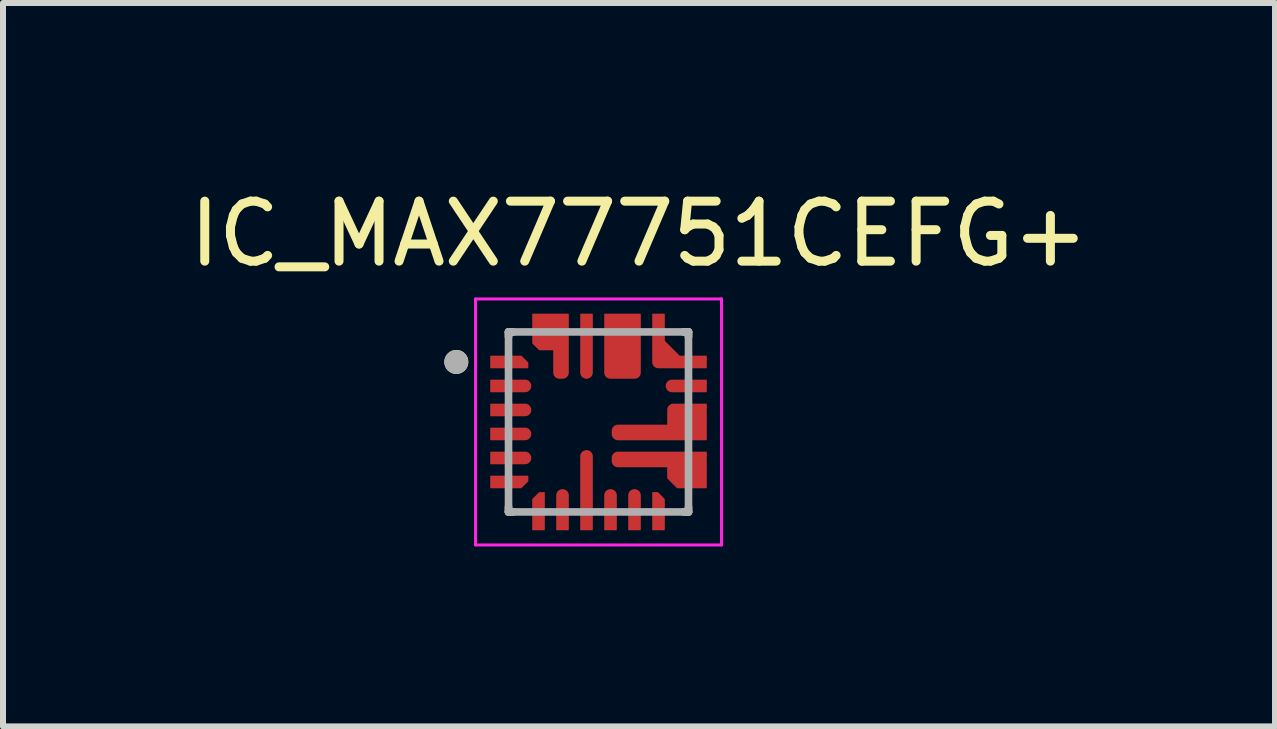
<source format=kicad_pcb>
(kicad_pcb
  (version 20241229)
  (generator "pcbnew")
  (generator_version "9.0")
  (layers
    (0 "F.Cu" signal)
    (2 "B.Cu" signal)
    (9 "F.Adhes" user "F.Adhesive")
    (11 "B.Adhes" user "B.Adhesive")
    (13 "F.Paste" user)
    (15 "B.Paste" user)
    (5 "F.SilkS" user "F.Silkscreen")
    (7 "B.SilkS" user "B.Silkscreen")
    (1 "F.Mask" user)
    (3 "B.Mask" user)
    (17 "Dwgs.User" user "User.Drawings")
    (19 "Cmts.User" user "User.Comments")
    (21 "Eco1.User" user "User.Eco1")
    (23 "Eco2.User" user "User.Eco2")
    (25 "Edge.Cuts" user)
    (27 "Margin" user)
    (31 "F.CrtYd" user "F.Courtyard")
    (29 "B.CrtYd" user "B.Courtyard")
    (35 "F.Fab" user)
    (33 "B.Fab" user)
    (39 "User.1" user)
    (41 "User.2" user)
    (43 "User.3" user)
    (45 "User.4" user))
  (footprint "IC_MAX77751CEFG+"
    (layer "F.Cu")
    (at 6.926 3.983)
    (property "Reference" "IC_MAX77751CEFG+" (at 0.675 -3.135 0) (layer "F.SilkS") (effects (font (size 1 1) (thickness 0.15))))
    (attr through_hole)
    (fp_poly (pts (xy -1.85 -0.85) (xy -1.125 -0.85) (xy -1.125 -1.013) (xy -1.262 -1.15) (xy -1.85 -1.15)) (stroke (width 0.01) (type solid)) (fill yes) (layer "F.Mask"))
    (fp_poly (pts (xy -1.85 0.85) (xy -1.125 0.85) (xy -1.125 1.013) (xy -1.262 1.15) (xy -1.85 1.15)) (stroke (width 0.01) (type solid)) (fill yes) (layer "F.Mask"))
    (fp_poly (pts (xy -0.85 1.85) (xy -0.85 1.125) (xy -1.013 1.125) (xy -1.15 1.262) (xy -1.15 1.85)) (stroke (width 0.01) (type solid)) (fill yes) (layer "F.Mask"))
    (fp_poly (pts (xy 0.85 1.85) (xy 0.85 1.125) (xy 1.013 1.125) (xy 1.15 1.262) (xy 1.15 1.85)) (stroke (width 0.01) (type solid)) (fill yes) (layer "F.Mask"))
    (fp_poly (pts (xy 1.85 -0.85) (xy 1 -0.85) (xy 0.992 -0.85) (xy 0.984 -0.851) (xy 0.977 -0.852) (xy 0.969 -0.853) (xy 0.961 -0.855) (xy 0.954 -0.857) (xy 0.946 -0.86) (xy 0.939 -0.863) (xy 0.932 -0.866) (xy 0.925 -0.87) (xy 0.918 -0.874) (xy 0.912 -0.879) (xy 0.906 -0.883) (xy 0.9 -0.889) (xy 0.894 -0.894) (xy 0.889 -0.9) (xy 0.883 -0.906) (xy 0.879 -0.912) (xy 0.874 -0.918) (xy 0.87 -0.925) (xy 0.866 -0.932) (xy 0.863 -0.939) (xy 0.86 -0.946) (xy 0.857 -0.954) (xy 0.855 -0.961) (xy 0.853 -0.969) (xy 0.852 -0.977) (xy 0.851 -0.984) (xy 0.85 -0.992) (xy 0.85 -1) (xy 0.85 -1.85) (xy 1.15 -1.85) (xy 1.15 -1.375) (xy 1.375 -1.15) (xy 1.85 -1.15) (xy 1.85 -0.85)) (stroke (width 0.01) (type solid)) (fill yes) (layer "F.Mask"))
    (fp_poly (pts (xy -1.85 -0.75) (xy -1.225 -0.75) (xy -1.217 -0.75) (xy -1.209 -0.749) (xy -1.202 -0.748) (xy -1.194 -0.747) (xy -1.186 -0.745) (xy -1.179 -0.743) (xy -1.171 -0.74) (xy -1.164 -0.737) (xy -1.157 -0.734) (xy -1.15 -0.73) (xy -1.143 -0.726) (xy -1.137 -0.721) (xy -1.131 -0.717) (xy -1.125 -0.711) (xy -1.119 -0.706) (xy -1.114 -0.7) (xy -1.108 -0.694) (xy -1.104 -0.688) (xy -1.099 -0.682) (xy -1.095 -0.675) (xy -1.091 -0.668) (xy -1.088 -0.661) (xy -1.085 -0.654) (xy -1.082 -0.646) (xy -1.08 -0.639) (xy -1.078 -0.631) (xy -1.077 -0.623) (xy -1.076 -0.616) (xy -1.075 -0.608) (xy -1.075 -0.6) (xy -1.075 -0.592) (xy -1.076 -0.584) (xy -1.077 -0.577) (xy -1.078 -0.569) (xy -1.08 -0.561) (xy -1.082 -0.554) (xy -1.085 -0.546) (xy -1.088 -0.539) (xy -1.091 -0.532) (xy -1.095 -0.525) (xy -1.099 -0.518) (xy -1.104 -0.512) (xy -1.108 -0.506) (xy -1.114 -0.5) (xy -1.119 -0.494) (xy -1.125 -0.489) (xy -1.131 -0.483) (xy -1.137 -0.479) (xy -1.143 -0.474) (xy -1.15 -0.47) (xy -1.157 -0.466) (xy -1.164 -0.463) (xy -1.171 -0.46) (xy -1.179 -0.457) (xy -1.186 -0.455) (xy -1.194 -0.453) (xy -1.202 -0.452) (xy -1.209 -0.451) (xy -1.217 -0.45) (xy -1.225 -0.45) (xy -1.85 -0.45) (xy -1.85 -0.75)) (stroke (width 0.01) (type solid)) (fill yes) (layer "F.Mask"))
    (fp_poly (pts (xy -1.85 -0.35) (xy -1.225 -0.35) (xy -1.217 -0.35) (xy -1.209 -0.349) (xy -1.202 -0.348) (xy -1.194 -0.347) (xy -1.186 -0.345) (xy -1.179 -0.343) (xy -1.171 -0.34) (xy -1.164 -0.337) (xy -1.157 -0.334) (xy -1.15 -0.33) (xy -1.143 -0.326) (xy -1.137 -0.321) (xy -1.131 -0.317) (xy -1.125 -0.311) (xy -1.119 -0.306) (xy -1.114 -0.3) (xy -1.108 -0.294) (xy -1.104 -0.288) (xy -1.099 -0.282) (xy -1.095 -0.275) (xy -1.091 -0.268) (xy -1.088 -0.261) (xy -1.085 -0.254) (xy -1.082 -0.246) (xy -1.08 -0.239) (xy -1.078 -0.231) (xy -1.077 -0.223) (xy -1.076 -0.216) (xy -1.075 -0.208) (xy -1.075 -0.2) (xy -1.075 -0.192) (xy -1.076 -0.184) (xy -1.077 -0.177) (xy -1.078 -0.169) (xy -1.08 -0.161) (xy -1.082 -0.154) (xy -1.085 -0.146) (xy -1.088 -0.139) (xy -1.091 -0.132) (xy -1.095 -0.125) (xy -1.099 -0.118) (xy -1.104 -0.112) (xy -1.108 -0.106) (xy -1.114 -0.1) (xy -1.119 -0.094) (xy -1.125 -0.089) (xy -1.131 -0.083) (xy -1.137 -0.079) (xy -1.143 -0.074) (xy -1.15 -0.07) (xy -1.157 -0.066) (xy -1.164 -0.063) (xy -1.171 -0.06) (xy -1.179 -0.057) (xy -1.186 -0.055) (xy -1.194 -0.053) (xy -1.202 -0.052) (xy -1.209 -0.051) (xy -1.217 -0.05) (xy -1.225 -0.05) (xy -1.85 -0.05) (xy -1.85 -0.35)) (stroke (width 0.01) (type solid)) (fill yes) (layer "F.Mask"))
    (fp_poly (pts (xy -1.85 0.05) (xy -1.225 0.05) (xy -1.217 0.05) (xy -1.209 0.051) (xy -1.202 0.052) (xy -1.194 0.053) (xy -1.186 0.055) (xy -1.179 0.057) (xy -1.171 0.06) (xy -1.164 0.063) (xy -1.157 0.066) (xy -1.15 0.07) (xy -1.143 0.074) (xy -1.137 0.079) (xy -1.131 0.083) (xy -1.125 0.089) (xy -1.119 0.094) (xy -1.114 0.1) (xy -1.108 0.106) (xy -1.104 0.112) (xy -1.099 0.118) (xy -1.095 0.125) (xy -1.091 0.132) (xy -1.088 0.139) (xy -1.085 0.146) (xy -1.082 0.154) (xy -1.08 0.161) (xy -1.078 0.169) (xy -1.077 0.177) (xy -1.076 0.184) (xy -1.075 0.192) (xy -1.075 0.2) (xy -1.075 0.208) (xy -1.076 0.216) (xy -1.077 0.223) (xy -1.078 0.231) (xy -1.08 0.239) (xy -1.082 0.246) (xy -1.085 0.254) (xy -1.088 0.261) (xy -1.091 0.268) (xy -1.095 0.275) (xy -1.099 0.282) (xy -1.104 0.288) (xy -1.108 0.294) (xy -1.114 0.3) (xy -1.119 0.306) (xy -1.125 0.311) (xy -1.131 0.317) (xy -1.137 0.321) (xy -1.143 0.326) (xy -1.15 0.33) (xy -1.157 0.334) (xy -1.164 0.337) (xy -1.171 0.34) (xy -1.179 0.343) (xy -1.186 0.345) (xy -1.194 0.347) (xy -1.202 0.348) (xy -1.209 0.349) (xy -1.217 0.35) (xy -1.225 0.35) (xy -1.85 0.35) (xy -1.85 0.05)) (stroke (width 0.01) (type solid)) (fill yes) (layer "F.Mask"))
    (fp_poly (pts (xy -1.85 0.45) (xy -1.225 0.45) (xy -1.217 0.45) (xy -1.209 0.451) (xy -1.202 0.452) (xy -1.194 0.453) (xy -1.186 0.455) (xy -1.179 0.457) (xy -1.171 0.46) (xy -1.164 0.463) (xy -1.157 0.466) (xy -1.15 0.47) (xy -1.143 0.474) (xy -1.137 0.479) (xy -1.131 0.483) (xy -1.125 0.489) (xy -1.119 0.494) (xy -1.114 0.5) (xy -1.108 0.506) (xy -1.104 0.512) (xy -1.099 0.518) (xy -1.095 0.525) (xy -1.091 0.532) (xy -1.088 0.539) (xy -1.085 0.546) (xy -1.082 0.554) (xy -1.08 0.561) (xy -1.078 0.569) (xy -1.077 0.577) (xy -1.076 0.584) (xy -1.075 0.592) (xy -1.075 0.6) (xy -1.075 0.608) (xy -1.076 0.616) (xy -1.077 0.623) (xy -1.078 0.631) (xy -1.08 0.639) (xy -1.082 0.646) (xy -1.085 0.654) (xy -1.088 0.661) (xy -1.091 0.668) (xy -1.095 0.675) (xy -1.099 0.682) (xy -1.104 0.688) (xy -1.108 0.694) (xy -1.114 0.7) (xy -1.119 0.706) (xy -1.125 0.711) (xy -1.131 0.717) (xy -1.137 0.721) (xy -1.143 0.726) (xy -1.15 0.73) (xy -1.157 0.734) (xy -1.164 0.737) (xy -1.171 0.74) (xy -1.179 0.743) (xy -1.186 0.745) (xy -1.194 0.747) (xy -1.202 0.748) (xy -1.209 0.749) (xy -1.217 0.75) (xy -1.225 0.75) (xy -1.85 0.75) (xy -1.85 0.45)) (stroke (width 0.01) (type solid)) (fill yes) (layer "F.Mask"))
    (fp_poly (pts (xy -0.75 1.85) (xy -0.75 1.225) (xy -0.75 1.217) (xy -0.749 1.209) (xy -0.748 1.202) (xy -0.747 1.194) (xy -0.745 1.186) (xy -0.743 1.179) (xy -0.74 1.171) (xy -0.737 1.164) (xy -0.734 1.157) (xy -0.73 1.15) (xy -0.726 1.143) (xy -0.721 1.137) (xy -0.717 1.131) (xy -0.711 1.125) (xy -0.706 1.119) (xy -0.7 1.114) (xy -0.694 1.108) (xy -0.688 1.104) (xy -0.682 1.099) (xy -0.675 1.095) (xy -0.668 1.091) (xy -0.661 1.088) (xy -0.654 1.085) (xy -0.646 1.082) (xy -0.639 1.08) (xy -0.631 1.078) (xy -0.623 1.077) (xy -0.616 1.076) (xy -0.608 1.075) (xy -0.6 1.075) (xy -0.592 1.075) (xy -0.584 1.076) (xy -0.577 1.077) (xy -0.569 1.078) (xy -0.561 1.08) (xy -0.554 1.082) (xy -0.546 1.085) (xy -0.539 1.088) (xy -0.532 1.091) (xy -0.525 1.095) (xy -0.518 1.099) (xy -0.512 1.104) (xy -0.506 1.108) (xy -0.5 1.114) (xy -0.494 1.119) (xy -0.489 1.125) (xy -0.483 1.131) (xy -0.479 1.137) (xy -0.474 1.143) (xy -0.47 1.15) (xy -0.466 1.157) (xy -0.463 1.164) (xy -0.46 1.171) (xy -0.457 1.179) (xy -0.455 1.186) (xy -0.453 1.194) (xy -0.452 1.202) (xy -0.451 1.209) (xy -0.45 1.217) (xy -0.45 1.225) (xy -0.45 1.85) (xy -0.75 1.85)) (stroke (width 0.01) (type solid)) (fill yes) (layer "F.Mask"))
    (fp_poly (pts (xy -0.35 1.85) (xy -0.35 0.575) (xy -0.35 0.567) (xy -0.349 0.559) (xy -0.348 0.552) (xy -0.347 0.544) (xy -0.345 0.536) (xy -0.343 0.529) (xy -0.34 0.521) (xy -0.337 0.514) (xy -0.334 0.507) (xy -0.33 0.5) (xy -0.326 0.493) (xy -0.321 0.487) (xy -0.317 0.481) (xy -0.311 0.475) (xy -0.306 0.469) (xy -0.3 0.464) (xy -0.294 0.458) (xy -0.288 0.454) (xy -0.282 0.449) (xy -0.275 0.445) (xy -0.268 0.441) (xy -0.261 0.438) (xy -0.254 0.435) (xy -0.246 0.432) (xy -0.239 0.43) (xy -0.231 0.428) (xy -0.223 0.427) (xy -0.216 0.426) (xy -0.208 0.425) (xy -0.2 0.425) (xy -0.192 0.425) (xy -0.184 0.426) (xy -0.177 0.427) (xy -0.169 0.428) (xy -0.161 0.43) (xy -0.154 0.432) (xy -0.146 0.435) (xy -0.139 0.438) (xy -0.132 0.441) (xy -0.125 0.445) (xy -0.118 0.449) (xy -0.112 0.454) (xy -0.106 0.458) (xy -0.1 0.464) (xy -0.094 0.469) (xy -0.089 0.475) (xy -0.083 0.481) (xy -0.079 0.487) (xy -0.074 0.493) (xy -0.07 0.5) (xy -0.066 0.507) (xy -0.063 0.514) (xy -0.06 0.521) (xy -0.057 0.529) (xy -0.055 0.536) (xy -0.053 0.544) (xy -0.052 0.552) (xy -0.051 0.559) (xy -0.05 0.567) (xy -0.05 0.575) (xy -0.05 1.85) (xy -0.35 1.85)) (stroke (width 0.01) (type solid)) (fill yes) (layer "F.Mask"))
    (fp_poly (pts (xy -0.05 -1.85) (xy -0.05 -0.825) (xy -0.05 -0.817) (xy -0.051 -0.809) (xy -0.052 -0.802) (xy -0.053 -0.794) (xy -0.055 -0.786) (xy -0.057 -0.779) (xy -0.06 -0.771) (xy -0.063 -0.764) (xy -0.066 -0.757) (xy -0.07 -0.75) (xy -0.074 -0.743) (xy -0.079 -0.737) (xy -0.083 -0.731) (xy -0.089 -0.725) (xy -0.094 -0.719) (xy -0.1 -0.714) (xy -0.106 -0.708) (xy -0.112 -0.704) (xy -0.118 -0.699) (xy -0.125 -0.695) (xy -0.132 -0.691) (xy -0.139 -0.688) (xy -0.146 -0.685) (xy -0.154 -0.682) (xy -0.161 -0.68) (xy -0.169 -0.678) (xy -0.177 -0.677) (xy -0.184 -0.676) (xy -0.192 -0.675) (xy -0.2 -0.675) (xy -0.208 -0.675) (xy -0.216 -0.676) (xy -0.223 -0.677) (xy -0.231 -0.678) (xy -0.239 -0.68) (xy -0.246 -0.682) (xy -0.254 -0.685) (xy -0.261 -0.688) (xy -0.268 -0.691) (xy -0.275 -0.695) (xy -0.282 -0.699) (xy -0.288 -0.704) (xy -0.294 -0.708) (xy -0.3 -0.714) (xy -0.306 -0.719) (xy -0.311 -0.725) (xy -0.317 -0.731) (xy -0.321 -0.737) (xy -0.326 -0.743) (xy -0.33 -0.75) (xy -0.334 -0.757) (xy -0.337 -0.764) (xy -0.34 -0.771) (xy -0.343 -0.779) (xy -0.345 -0.786) (xy -0.347 -0.794) (xy -0.348 -0.802) (xy -0.349 -0.809) (xy -0.35 -0.817) (xy -0.35 -0.825) (xy -0.35 -1.85) (xy -0.05 -1.85)) (stroke (width 0.01) (type solid)) (fill yes) (layer "F.Mask"))
    (fp_poly (pts (xy 0.05 1.85) (xy 0.05 1.225) (xy 0.05 1.217) (xy 0.051 1.209) (xy 0.052 1.202) (xy 0.053 1.194) (xy 0.055 1.186) (xy 0.057 1.179) (xy 0.06 1.171) (xy 0.063 1.164) (xy 0.066 1.157) (xy 0.07 1.15) (xy 0.074 1.143) (xy 0.079 1.137) (xy 0.083 1.131) (xy 0.089 1.125) (xy 0.094 1.119) (xy 0.1 1.114) (xy 0.106 1.108) (xy 0.112 1.104) (xy 0.118 1.099) (xy 0.125 1.095) (xy 0.132 1.091) (xy 0.139 1.088) (xy 0.146 1.085) (xy 0.154 1.082) (xy 0.161 1.08) (xy 0.169 1.078) (xy 0.177 1.077) (xy 0.184 1.076) (xy 0.192 1.075) (xy 0.2 1.075) (xy 0.208 1.075) (xy 0.216 1.076) (xy 0.223 1.077) (xy 0.231 1.078) (xy 0.239 1.08) (xy 0.246 1.082) (xy 0.254 1.085) (xy 0.261 1.088) (xy 0.268 1.091) (xy 0.275 1.095) (xy 0.282 1.099) (xy 0.288 1.104) (xy 0.294 1.108) (xy 0.3 1.114) (xy 0.306 1.119) (xy 0.311 1.125) (xy 0.317 1.131) (xy 0.321 1.137) (xy 0.326 1.143) (xy 0.33 1.15) (xy 0.334 1.157) (xy 0.337 1.164) (xy 0.34 1.171) (xy 0.343 1.179) (xy 0.345 1.186) (xy 0.347 1.194) (xy 0.348 1.202) (xy 0.349 1.209) (xy 0.35 1.217) (xy 0.35 1.225) (xy 0.35 1.85) (xy 0.05 1.85)) (stroke (width 0.01) (type solid)) (fill yes) (layer "F.Mask"))
    (fp_poly (pts (xy 0.45 1.85) (xy 0.45 1.225) (xy 0.45 1.217) (xy 0.451 1.209) (xy 0.452 1.202) (xy 0.453 1.194) (xy 0.455 1.186) (xy 0.457 1.179) (xy 0.46 1.171) (xy 0.463 1.164) (xy 0.466 1.157) (xy 0.47 1.15) (xy 0.474 1.143) (xy 0.479 1.137) (xy 0.483 1.131) (xy 0.489 1.125) (xy 0.494 1.119) (xy 0.5 1.114) (xy 0.506 1.108) (xy 0.512 1.104) (xy 0.518 1.099) (xy 0.525 1.095) (xy 0.532 1.091) (xy 0.539 1.088) (xy 0.546 1.085) (xy 0.554 1.082) (xy 0.561 1.08) (xy 0.569 1.078) (xy 0.577 1.077) (xy 0.584 1.076) (xy 0.592 1.075) (xy 0.6 1.075) (xy 0.608 1.075) (xy 0.616 1.076) (xy 0.623 1.077) (xy 0.631 1.078) (xy 0.639 1.08) (xy 0.646 1.082) (xy 0.654 1.085) (xy 0.661 1.088) (xy 0.668 1.091) (xy 0.675 1.095) (xy 0.682 1.099) (xy 0.688 1.104) (xy 0.694 1.108) (xy 0.7 1.114) (xy 0.706 1.119) (xy 0.711 1.125) (xy 0.717 1.131) (xy 0.721 1.137) (xy 0.726 1.143) (xy 0.73 1.15) (xy 0.734 1.157) (xy 0.737 1.164) (xy 0.74 1.171) (xy 0.743 1.179) (xy 0.745 1.186) (xy 0.747 1.194) (xy 0.748 1.202) (xy 0.749 1.209) (xy 0.75 1.217) (xy 0.75 1.225) (xy 0.75 1.85) (xy 0.45 1.85)) (stroke (width 0.01) (type solid)) (fill yes) (layer "F.Mask"))
    (fp_poly (pts (xy 1.85 -0.45) (xy 1.225 -0.45) (xy 1.217 -0.45) (xy 1.209 -0.451) (xy 1.202 -0.452) (xy 1.194 -0.453) (xy 1.186 -0.455) (xy 1.179 -0.457) (xy 1.171 -0.46) (xy 1.164 -0.463) (xy 1.157 -0.466) (xy 1.15 -0.47) (xy 1.143 -0.474) (xy 1.137 -0.479) (xy 1.131 -0.483) (xy 1.125 -0.489) (xy 1.119 -0.494) (xy 1.114 -0.5) (xy 1.108 -0.506) (xy 1.104 -0.512) (xy 1.099 -0.518) (xy 1.095 -0.525) (xy 1.091 -0.532) (xy 1.088 -0.539) (xy 1.085 -0.546) (xy 1.082 -0.554) (xy 1.08 -0.561) (xy 1.078 -0.569) (xy 1.077 -0.577) (xy 1.076 -0.584) (xy 1.075 -0.592) (xy 1.075 -0.6) (xy 1.075 -0.608) (xy 1.076 -0.616) (xy 1.077 -0.623) (xy 1.078 -0.631) (xy 1.08 -0.639) (xy 1.082 -0.646) (xy 1.085 -0.654) (xy 1.088 -0.661) (xy 1.091 -0.668) (xy 1.095 -0.675) (xy 1.099 -0.682) (xy 1.104 -0.688) (xy 1.108 -0.694) (xy 1.114 -0.7) (xy 1.119 -0.706) (xy 1.125 -0.711) (xy 1.131 -0.717) (xy 1.137 -0.721) (xy 1.143 -0.726) (xy 1.15 -0.73) (xy 1.157 -0.734) (xy 1.164 -0.737) (xy 1.171 -0.74) (xy 1.179 -0.743) (xy 1.186 -0.745) (xy 1.194 -0.747) (xy 1.202 -0.748) (xy 1.209 -0.749) (xy 1.217 -0.75) (xy 1.225 -0.75) (xy 1.85 -0.75) (xy 1.85 -0.45)) (stroke (width 0.01) (type solid)) (fill yes) (layer "F.Mask"))
    (fp_poly (pts (xy 0.75 -1.85) (xy 0.75 -0.825) (xy 0.75 -0.817) (xy 0.749 -0.809) (xy 0.748 -0.802) (xy 0.747 -0.794) (xy 0.745 -0.786) (xy 0.743 -0.779) (xy 0.74 -0.771) (xy 0.737 -0.764) (xy 0.734 -0.757) (xy 0.73 -0.75) (xy 0.726 -0.743) (xy 0.721 -0.737) (xy 0.717 -0.731) (xy 0.711 -0.725) (xy 0.706 -0.719) (xy 0.7 -0.714) (xy 0.694 -0.708) (xy 0.688 -0.704) (xy 0.682 -0.699) (xy 0.675 -0.695) (xy 0.668 -0.691) (xy 0.661 -0.688) (xy 0.654 -0.685) (xy 0.646 -0.682) (xy 0.639 -0.68) (xy 0.631 -0.678) (xy 0.623 -0.677) (xy 0.616 -0.676) (xy 0.608 -0.675) (xy 0.6 -0.675) (xy 0.2 -0.675) (xy 0.192 -0.675) (xy 0.184 -0.676) (xy 0.177 -0.677) (xy 0.169 -0.678) (xy 0.161 -0.68) (xy 0.154 -0.682) (xy 0.146 -0.685) (xy 0.139 -0.688) (xy 0.132 -0.691) (xy 0.125 -0.695) (xy 0.118 -0.699) (xy 0.112 -0.704) (xy 0.106 -0.708) (xy 0.1 -0.714) (xy 0.094 -0.719) (xy 0.089 -0.725) (xy 0.083 -0.731) (xy 0.079 -0.737) (xy 0.074 -0.743) (xy 0.07 -0.75) (xy 0.066 -0.757) (xy 0.063 -0.764) (xy 0.06 -0.771) (xy 0.057 -0.779) (xy 0.055 -0.786) (xy 0.053 -0.794) (xy 0.052 -0.802) (xy 0.051 -0.809) (xy 0.05 -0.817) (xy 0.05 -0.825) (xy 0.05 -1.85) (xy 0.75 -1.85)) (stroke (width 0.01) (type solid)) (fill yes) (layer "F.Mask"))
    (fp_poly (pts (xy -0.45 -1.85) (xy -0.45 -0.825) (xy -0.45 -0.817) (xy -0.451 -0.809) (xy -0.452 -0.802) (xy -0.453 -0.794) (xy -0.455 -0.786) (xy -0.457 -0.779) (xy -0.46 -0.771) (xy -0.463 -0.764) (xy -0.466 -0.757) (xy -0.47 -0.75) (xy -0.474 -0.743) (xy -0.479 -0.737) (xy -0.483 -0.731) (xy -0.489 -0.725) (xy -0.494 -0.719) (xy -0.5 -0.714) (xy -0.506 -0.708) (xy -0.512 -0.704) (xy -0.518 -0.699) (xy -0.525 -0.695) (xy -0.532 -0.691) (xy -0.539 -0.688) (xy -0.546 -0.685) (xy -0.554 -0.682) (xy -0.561 -0.68) (xy -0.569 -0.678) (xy -0.577 -0.677) (xy -0.584 -0.676) (xy -0.592 -0.675) (xy -0.6 -0.675) (xy -0.65 -0.675) (xy -0.658 -0.675) (xy -0.666 -0.676) (xy -0.673 -0.677) (xy -0.681 -0.678) (xy -0.689 -0.68) (xy -0.696 -0.682) (xy -0.704 -0.685) (xy -0.711 -0.688) (xy -0.718 -0.691) (xy -0.725 -0.695) (xy -0.732 -0.699) (xy -0.738 -0.704) (xy -0.744 -0.708) (xy -0.75 -0.714) (xy -0.756 -0.719) (xy -0.761 -0.725) (xy -0.767 -0.731) (xy -0.771 -0.737) (xy -0.776 -0.743) (xy -0.78 -0.75) (xy -0.784 -0.757) (xy -0.787 -0.764) (xy -0.79 -0.771) (xy -0.793 -0.779) (xy -0.795 -0.786) (xy -0.797 -0.794) (xy -0.798 -0.802) (xy -0.799 -0.809) (xy -0.8 -0.817) (xy -0.8 -0.825) (xy -0.8 -1.15) (xy -1.013 -1.15) (xy -1.15 -1.287) (xy -1.15 -1.85) (xy -0.45 -1.85)) (stroke (width 0.01) (type solid)) (fill yes) (layer "F.Mask"))
    (fp_poly (pts (xy 1.85 1.15) (xy 1.287 1.15) (xy 1.1 0.963) (xy 1.1 0.8) (xy 0.325 0.8) (xy 0.317 0.8) (xy 0.309 0.799) (xy 0.302 0.798) (xy 0.294 0.797) (xy 0.286 0.795) (xy 0.279 0.793) (xy 0.271 0.79) (xy 0.264 0.787) (xy 0.257 0.784) (xy 0.25 0.78) (xy 0.243 0.776) (xy 0.237 0.771) (xy 0.231 0.767) (xy 0.225 0.761) (xy 0.219 0.756) (xy 0.214 0.75) (xy 0.208 0.744) (xy 0.204 0.738) (xy 0.199 0.732) (xy 0.195 0.725) (xy 0.191 0.718) (xy 0.188 0.711) (xy 0.185 0.704) (xy 0.182 0.696) (xy 0.18 0.689) (xy 0.178 0.681) (xy 0.177 0.673) (xy 0.176 0.666) (xy 0.175 0.658) (xy 0.175 0.65) (xy 0.175 0.6) (xy 0.175 0.592) (xy 0.176 0.584) (xy 0.177 0.577) (xy 0.178 0.569) (xy 0.18 0.561) (xy 0.182 0.554) (xy 0.185 0.546) (xy 0.188 0.539) (xy 0.191 0.532) (xy 0.195 0.525) (xy 0.199 0.518) (xy 0.204 0.512) (xy 0.208 0.506) (xy 0.214 0.5) (xy 0.219 0.494) (xy 0.225 0.489) (xy 0.231 0.483) (xy 0.237 0.479) (xy 0.243 0.474) (xy 0.25 0.47) (xy 0.257 0.466) (xy 0.264 0.463) (xy 0.271 0.46) (xy 0.279 0.457) (xy 0.286 0.455) (xy 0.294 0.453) (xy 0.302 0.452) (xy 0.309 0.451) (xy 0.317 0.45) (xy 0.325 0.45) (xy 1.85 0.45) (xy 1.85 1.15)) (stroke (width 0.01) (type solid)) (fill yes) (layer "F.Mask"))
    (fp_poly (pts (xy 1.85 0.35) (xy 0.325 0.35) (xy 0.317 0.35) (xy 0.309 0.349) (xy 0.302 0.348) (xy 0.294 0.347) (xy 0.286 0.345) (xy 0.279 0.343) (xy 0.271 0.34) (xy 0.264 0.337) (xy 0.257 0.334) (xy 0.25 0.33) (xy 0.243 0.326) (xy 0.237 0.321) (xy 0.231 0.317) (xy 0.225 0.311) (xy 0.219 0.306) (xy 0.214 0.3) (xy 0.208 0.294) (xy 0.204 0.288) (xy 0.199 0.282) (xy 0.195 0.275) (xy 0.191 0.268) (xy 0.188 0.261) (xy 0.185 0.254) (xy 0.182 0.246) (xy 0.18 0.239) (xy 0.178 0.231) (xy 0.177 0.223) (xy 0.176 0.216) (xy 0.175 0.208) (xy 0.175 0.2) (xy 0.175 0.15) (xy 0.175 0.142) (xy 0.176 0.134) (xy 0.177 0.127) (xy 0.178 0.119) (xy 0.18 0.111) (xy 0.182 0.104) (xy 0.185 0.096) (xy 0.188 0.089) (xy 0.191 0.082) (xy 0.195 0.075) (xy 0.199 0.068) (xy 0.204 0.062) (xy 0.208 0.056) (xy 0.214 0.05) (xy 0.219 0.044) (xy 0.225 0.039) (xy 0.231 0.033) (xy 0.237 0.029) (xy 0.243 0.024) (xy 0.25 0.02) (xy 0.257 0.016) (xy 0.264 0.013) (xy 0.271 0.01) (xy 0.279 0.007) (xy 0.286 0.005) (xy 0.294 0.003) (xy 0.302 0.002) (xy 0.309 0.001) (xy 0.317 0) (xy 0.325 0) (xy 1.1 0) (xy 1.1 -0.2) (xy 1.1 -0.208) (xy 1.101 -0.216) (xy 1.102 -0.223) (xy 1.103 -0.231) (xy 1.105 -0.239) (xy 1.107 -0.246) (xy 1.11 -0.254) (xy 1.113 -0.261) (xy 1.116 -0.268) (xy 1.12 -0.275) (xy 1.124 -0.282) (xy 1.129 -0.288) (xy 1.133 -0.294) (xy 1.139 -0.3) (xy 1.144 -0.306) (xy 1.15 -0.311) (xy 1.156 -0.317) (xy 1.162 -0.321) (xy 1.168 -0.326) (xy 1.175 -0.33) (xy 1.182 -0.334) (xy 1.189 -0.337) (xy 1.196 -0.34) (xy 1.204 -0.343) (xy 1.211 -0.345) (xy 1.219 -0.347) (xy 1.227 -0.348) (xy 1.234 -0.349) (xy 1.242 -0.35) (xy 1.25 -0.35) (xy 1.85 -0.35) (xy 1.85 0.35)) (stroke (width 0.01) (type solid)) (fill yes) (layer "F.Mask"))
    (fp_line (start -1.5 -1.5) (end -1.5 -1.42) (stroke (width 0.127) (type solid)) (layer "F.SilkS"))
    (fp_line (start -1.5 -1.5) (end -1.42 -1.5) (stroke (width 0.127) (type solid)) (layer "F.SilkS"))
    (fp_line (start -1.5 1.5) (end -1.5 1.42) (stroke (width 0.127) (type solid)) (layer "F.SilkS"))
    (fp_line (start -1.5 1.5) (end -1.42 1.5) (stroke (width 0.127) (type solid)) (layer "F.SilkS"))
    (fp_line (start 1.5 -1.5) (end 1.42 -1.5) (stroke (width 0.127) (type solid)) (layer "F.SilkS"))
    (fp_line (start 1.5 -1.5) (end 1.5 -1.42) (stroke (width 0.127) (type solid)) (layer "F.SilkS"))
    (fp_line (start 1.5 1.5) (end 1.42 1.5) (stroke (width 0.127) (type solid)) (layer "F.SilkS"))
    (fp_line (start 1.5 1.5) (end 1.5 1.42) (stroke (width 0.127) (type solid)) (layer "F.SilkS"))
    (fp_circle (center -2.37 -1) (end -2.27 -1) (stroke (width 0.2) (type solid)) (fill no) (layer "F.SilkS"))
    (fp_poly (pts (xy -1.8 -0.9) (xy -1.175 -0.9) (xy -1.175 -0.988) (xy -1.287 -1.1) (xy -1.8 -1.1)) (stroke (width 0.01) (type solid)) (fill yes) (layer "F.Paste"))
    (fp_poly (pts (xy -1.8 0.9) (xy -1.175 0.9) (xy -1.175 0.988) (xy -1.287 1.1) (xy -1.8 1.1)) (stroke (width 0.01) (type solid)) (fill yes) (layer "F.Paste"))
    (fp_poly (pts (xy -0.9 1.8) (xy -0.9 1.175) (xy -0.988 1.175) (xy -1.1 1.287) (xy -1.1 1.8)) (stroke (width 0.01) (type solid)) (fill yes) (layer "F.Paste"))
    (fp_poly (pts (xy 0.9 1.8) (xy 0.9 1.175) (xy 0.988 1.175) (xy 1.1 1.287) (xy 1.1 1.8)) (stroke (width 0.01) (type solid)) (fill yes) (layer "F.Paste"))
    (fp_poly (pts (xy 1.8 -0.9) (xy 1 -0.9) (xy 0.995 -0.9) (xy 0.99 -0.901) (xy 0.984 -0.901) (xy 0.979 -0.902) (xy 0.974 -0.903) (xy 0.969 -0.905) (xy 0.964 -0.907) (xy 0.959 -0.909) (xy 0.955 -0.911) (xy 0.95 -0.913) (xy 0.946 -0.916) (xy 0.941 -0.919) (xy 0.937 -0.922) (xy 0.933 -0.926) (xy 0.929 -0.929) (xy 0.926 -0.933) (xy 0.922 -0.937) (xy 0.919 -0.941) (xy 0.916 -0.946) (xy 0.913 -0.95) (xy 0.911 -0.955) (xy 0.909 -0.959) (xy 0.907 -0.964) (xy 0.905 -0.969) (xy 0.903 -0.974) (xy 0.902 -0.979) (xy 0.901 -0.984) (xy 0.901 -0.99) (xy 0.9 -0.995) (xy 0.9 -1) (xy 0.9 -1.8) (xy 1.1 -1.8) (xy 1.1 -1.35) (xy 1.35 -1.1) (xy 1.8 -1.1) (xy 1.8 -0.9)) (stroke (width 0.01) (type solid)) (fill yes) (layer "F.Paste"))
    (fp_poly (pts (xy -1.8 -0.7) (xy -1.225 -0.7) (xy -1.22 -0.7) (xy -1.215 -0.699) (xy -1.209 -0.699) (xy -1.204 -0.698) (xy -1.199 -0.697) (xy -1.194 -0.695) (xy -1.189 -0.693) (xy -1.184 -0.691) (xy -1.18 -0.689) (xy -1.175 -0.687) (xy -1.171 -0.684) (xy -1.166 -0.681) (xy -1.162 -0.678) (xy -1.158 -0.674) (xy -1.154 -0.671) (xy -1.151 -0.667) (xy -1.147 -0.663) (xy -1.144 -0.659) (xy -1.141 -0.654) (xy -1.138 -0.65) (xy -1.136 -0.645) (xy -1.134 -0.641) (xy -1.132 -0.636) (xy -1.13 -0.631) (xy -1.128 -0.626) (xy -1.127 -0.621) (xy -1.126 -0.616) (xy -1.126 -0.61) (xy -1.125 -0.605) (xy -1.125 -0.6) (xy -1.125 -0.595) (xy -1.126 -0.59) (xy -1.126 -0.584) (xy -1.127 -0.579) (xy -1.128 -0.574) (xy -1.13 -0.569) (xy -1.132 -0.564) (xy -1.134 -0.559) (xy -1.136 -0.555) (xy -1.138 -0.55) (xy -1.141 -0.546) (xy -1.144 -0.541) (xy -1.147 -0.537) (xy -1.151 -0.533) (xy -1.154 -0.529) (xy -1.158 -0.526) (xy -1.162 -0.522) (xy -1.166 -0.519) (xy -1.171 -0.516) (xy -1.175 -0.513) (xy -1.18 -0.511) (xy -1.184 -0.509) (xy -1.189 -0.507) (xy -1.194 -0.505) (xy -1.199 -0.503) (xy -1.204 -0.502) (xy -1.209 -0.501) (xy -1.215 -0.501) (xy -1.22 -0.5) (xy -1.225 -0.5) (xy -1.8 -0.5) (xy -1.8 -0.7)) (stroke (width 0.01) (type solid)) (fill yes) (layer "F.Paste"))
    (fp_poly (pts (xy -1.8 -0.3) (xy -1.225 -0.3) (xy -1.22 -0.3) (xy -1.215 -0.299) (xy -1.209 -0.299) (xy -1.204 -0.298) (xy -1.199 -0.297) (xy -1.194 -0.295) (xy -1.189 -0.293) (xy -1.184 -0.291) (xy -1.18 -0.289) (xy -1.175 -0.287) (xy -1.171 -0.284) (xy -1.166 -0.281) (xy -1.162 -0.278) (xy -1.158 -0.274) (xy -1.154 -0.271) (xy -1.151 -0.267) (xy -1.147 -0.263) (xy -1.144 -0.259) (xy -1.141 -0.254) (xy -1.138 -0.25) (xy -1.136 -0.245) (xy -1.134 -0.241) (xy -1.132 -0.236) (xy -1.13 -0.231) (xy -1.128 -0.226) (xy -1.127 -0.221) (xy -1.126 -0.216) (xy -1.126 -0.21) (xy -1.125 -0.205) (xy -1.125 -0.2) (xy -1.125 -0.195) (xy -1.126 -0.19) (xy -1.126 -0.184) (xy -1.127 -0.179) (xy -1.128 -0.174) (xy -1.13 -0.169) (xy -1.132 -0.164) (xy -1.134 -0.159) (xy -1.136 -0.155) (xy -1.138 -0.15) (xy -1.141 -0.146) (xy -1.144 -0.141) (xy -1.147 -0.137) (xy -1.151 -0.133) (xy -1.154 -0.129) (xy -1.158 -0.126) (xy -1.162 -0.122) (xy -1.166 -0.119) (xy -1.171 -0.116) (xy -1.175 -0.113) (xy -1.18 -0.111) (xy -1.184 -0.109) (xy -1.189 -0.107) (xy -1.194 -0.105) (xy -1.199 -0.103) (xy -1.204 -0.102) (xy -1.209 -0.101) (xy -1.215 -0.101) (xy -1.22 -0.1) (xy -1.225 -0.1) (xy -1.8 -0.1) (xy -1.8 -0.3)) (stroke (width 0.01) (type solid)) (fill yes) (layer "F.Paste"))
    (fp_poly (pts (xy -1.8 0.1) (xy -1.225 0.1) (xy -1.22 0.1) (xy -1.215 0.101) (xy -1.209 0.101) (xy -1.204 0.102) (xy -1.199 0.103) (xy -1.194 0.105) (xy -1.189 0.107) (xy -1.184 0.109) (xy -1.18 0.111) (xy -1.175 0.113) (xy -1.171 0.116) (xy -1.166 0.119) (xy -1.162 0.122) (xy -1.158 0.126) (xy -1.154 0.129) (xy -1.151 0.133) (xy -1.147 0.137) (xy -1.144 0.141) (xy -1.141 0.146) (xy -1.138 0.15) (xy -1.136 0.155) (xy -1.134 0.159) (xy -1.132 0.164) (xy -1.13 0.169) (xy -1.128 0.174) (xy -1.127 0.179) (xy -1.126 0.184) (xy -1.126 0.19) (xy -1.125 0.195) (xy -1.125 0.2) (xy -1.125 0.205) (xy -1.126 0.21) (xy -1.126 0.216) (xy -1.127 0.221) (xy -1.128 0.226) (xy -1.13 0.231) (xy -1.132 0.236) (xy -1.134 0.241) (xy -1.136 0.245) (xy -1.138 0.25) (xy -1.141 0.254) (xy -1.144 0.259) (xy -1.147 0.263) (xy -1.151 0.267) (xy -1.154 0.271) (xy -1.158 0.274) (xy -1.162 0.278) (xy -1.166 0.281) (xy -1.171 0.284) (xy -1.175 0.287) (xy -1.18 0.289) (xy -1.184 0.291) (xy -1.189 0.293) (xy -1.194 0.295) (xy -1.199 0.297) (xy -1.204 0.298) (xy -1.209 0.299) (xy -1.215 0.299) (xy -1.22 0.3) (xy -1.225 0.3) (xy -1.8 0.3) (xy -1.8 0.1)) (stroke (width 0.01) (type solid)) (fill yes) (layer "F.Paste"))
    (fp_poly (pts (xy -1.8 0.5) (xy -1.225 0.5) (xy -1.22 0.5) (xy -1.215 0.501) (xy -1.209 0.501) (xy -1.204 0.502) (xy -1.199 0.503) (xy -1.194 0.505) (xy -1.189 0.507) (xy -1.184 0.509) (xy -1.18 0.511) (xy -1.175 0.513) (xy -1.171 0.516) (xy -1.166 0.519) (xy -1.162 0.522) (xy -1.158 0.526) (xy -1.154 0.529) (xy -1.151 0.533) (xy -1.147 0.537) (xy -1.144 0.541) (xy -1.141 0.546) (xy -1.138 0.55) (xy -1.136 0.555) (xy -1.134 0.559) (xy -1.132 0.564) (xy -1.13 0.569) (xy -1.128 0.574) (xy -1.127 0.579) (xy -1.126 0.584) (xy -1.126 0.59) (xy -1.125 0.595) (xy -1.125 0.6) (xy -1.125 0.605) (xy -1.126 0.61) (xy -1.126 0.616) (xy -1.127 0.621) (xy -1.128 0.626) (xy -1.13 0.631) (xy -1.132 0.636) (xy -1.134 0.641) (xy -1.136 0.645) (xy -1.138 0.65) (xy -1.141 0.654) (xy -1.144 0.659) (xy -1.147 0.663) (xy -1.151 0.667) (xy -1.154 0.671) (xy -1.158 0.674) (xy -1.162 0.678) (xy -1.166 0.681) (xy -1.171 0.684) (xy -1.175 0.687) (xy -1.18 0.689) (xy -1.184 0.691) (xy -1.189 0.693) (xy -1.194 0.695) (xy -1.199 0.697) (xy -1.204 0.698) (xy -1.209 0.699) (xy -1.215 0.699) (xy -1.22 0.7) (xy -1.225 0.7) (xy -1.8 0.7) (xy -1.8 0.5)) (stroke (width 0.01) (type solid)) (fill yes) (layer "F.Paste"))
    (fp_poly (pts (xy -0.7 1.8) (xy -0.7 1.225) (xy -0.7 1.22) (xy -0.699 1.215) (xy -0.699 1.209) (xy -0.698 1.204) (xy -0.697 1.199) (xy -0.695 1.194) (xy -0.693 1.189) (xy -0.691 1.184) (xy -0.689 1.18) (xy -0.687 1.175) (xy -0.684 1.171) (xy -0.681 1.166) (xy -0.678 1.162) (xy -0.674 1.158) (xy -0.671 1.154) (xy -0.667 1.151) (xy -0.663 1.147) (xy -0.659 1.144) (xy -0.654 1.141) (xy -0.65 1.138) (xy -0.645 1.136) (xy -0.641 1.134) (xy -0.636 1.132) (xy -0.631 1.13) (xy -0.626 1.128) (xy -0.621 1.127) (xy -0.616 1.126) (xy -0.61 1.126) (xy -0.605 1.125) (xy -0.6 1.125) (xy -0.595 1.125) (xy -0.59 1.126) (xy -0.584 1.126) (xy -0.579 1.127) (xy -0.574 1.128) (xy -0.569 1.13) (xy -0.564 1.132) (xy -0.559 1.134) (xy -0.555 1.136) (xy -0.55 1.138) (xy -0.546 1.141) (xy -0.541 1.144) (xy -0.537 1.147) (xy -0.533 1.151) (xy -0.529 1.154) (xy -0.526 1.158) (xy -0.522 1.162) (xy -0.519 1.166) (xy -0.516 1.171) (xy -0.513 1.175) (xy -0.511 1.18) (xy -0.509 1.184) (xy -0.507 1.189) (xy -0.505 1.194) (xy -0.503 1.199) (xy -0.502 1.204) (xy -0.501 1.209) (xy -0.501 1.215) (xy -0.5 1.22) (xy -0.5 1.225) (xy -0.5 1.8) (xy -0.7 1.8)) (stroke (width 0.01) (type solid)) (fill yes) (layer "F.Paste"))
    (fp_poly (pts (xy -0.3 1.8) (xy -0.3 0.575) (xy -0.3 0.57) (xy -0.299 0.565) (xy -0.299 0.559) (xy -0.298 0.554) (xy -0.297 0.549) (xy -0.295 0.544) (xy -0.293 0.539) (xy -0.291 0.534) (xy -0.289 0.53) (xy -0.287 0.525) (xy -0.284 0.521) (xy -0.281 0.516) (xy -0.278 0.512) (xy -0.274 0.508) (xy -0.271 0.504) (xy -0.267 0.501) (xy -0.263 0.497) (xy -0.259 0.494) (xy -0.254 0.491) (xy -0.25 0.488) (xy -0.245 0.486) (xy -0.241 0.484) (xy -0.236 0.482) (xy -0.231 0.48) (xy -0.226 0.478) (xy -0.221 0.477) (xy -0.216 0.476) (xy -0.21 0.476) (xy -0.205 0.475) (xy -0.2 0.475) (xy -0.195 0.475) (xy -0.19 0.476) (xy -0.184 0.476) (xy -0.179 0.477) (xy -0.174 0.478) (xy -0.169 0.48) (xy -0.164 0.482) (xy -0.159 0.484) (xy -0.155 0.486) (xy -0.15 0.488) (xy -0.146 0.491) (xy -0.141 0.494) (xy -0.137 0.497) (xy -0.133 0.501) (xy -0.129 0.504) (xy -0.126 0.508) (xy -0.122 0.512) (xy -0.119 0.516) (xy -0.116 0.521) (xy -0.113 0.525) (xy -0.111 0.53) (xy -0.109 0.534) (xy -0.107 0.539) (xy -0.105 0.544) (xy -0.103 0.549) (xy -0.102 0.554) (xy -0.101 0.559) (xy -0.101 0.565) (xy -0.1 0.57) (xy -0.1 0.575) (xy -0.1 1.8) (xy -0.3 1.8)) (stroke (width 0.01) (type solid)) (fill yes) (layer "F.Paste"))
    (fp_poly (pts (xy -0.1 -1.8) (xy -0.1 -0.825) (xy -0.1 -0.82) (xy -0.101 -0.815) (xy -0.101 -0.809) (xy -0.102 -0.804) (xy -0.103 -0.799) (xy -0.105 -0.794) (xy -0.107 -0.789) (xy -0.109 -0.784) (xy -0.111 -0.78) (xy -0.113 -0.775) (xy -0.116 -0.771) (xy -0.119 -0.766) (xy -0.122 -0.762) (xy -0.126 -0.758) (xy -0.129 -0.754) (xy -0.133 -0.751) (xy -0.137 -0.747) (xy -0.141 -0.744) (xy -0.146 -0.741) (xy -0.15 -0.738) (xy -0.155 -0.736) (xy -0.159 -0.734) (xy -0.164 -0.732) (xy -0.169 -0.73) (xy -0.174 -0.728) (xy -0.179 -0.727) (xy -0.184 -0.726) (xy -0.19 -0.726) (xy -0.195 -0.725) (xy -0.2 -0.725) (xy -0.205 -0.725) (xy -0.21 -0.726) (xy -0.216 -0.726) (xy -0.221 -0.727) (xy -0.226 -0.728) (xy -0.231 -0.73) (xy -0.236 -0.732) (xy -0.241 -0.734) (xy -0.245 -0.736) (xy -0.25 -0.738) (xy -0.254 -0.741) (xy -0.259 -0.744) (xy -0.263 -0.747) (xy -0.267 -0.751) (xy -0.271 -0.754) (xy -0.274 -0.758) (xy -0.278 -0.762) (xy -0.281 -0.766) (xy -0.284 -0.771) (xy -0.287 -0.775) (xy -0.289 -0.78) (xy -0.291 -0.784) (xy -0.293 -0.789) (xy -0.295 -0.794) (xy -0.297 -0.799) (xy -0.298 -0.804) (xy -0.299 -0.809) (xy -0.299 -0.815) (xy -0.3 -0.82) (xy -0.3 -0.825) (xy -0.3 -1.8) (xy -0.1 -1.8)) (stroke (width 0.01) (type solid)) (fill yes) (layer "F.Paste"))
    (fp_poly (pts (xy 0.1 1.8) (xy 0.1 1.225) (xy 0.1 1.22) (xy 0.101 1.215) (xy 0.101 1.209) (xy 0.102 1.204) (xy 0.103 1.199) (xy 0.105 1.194) (xy 0.107 1.189) (xy 0.109 1.184) (xy 0.111 1.18) (xy 0.113 1.175) (xy 0.116 1.171) (xy 0.119 1.166) (xy 0.122 1.162) (xy 0.126 1.158) (xy 0.129 1.154) (xy 0.133 1.151) (xy 0.137 1.147) (xy 0.141 1.144) (xy 0.146 1.141) (xy 0.15 1.138) (xy 0.155 1.136) (xy 0.159 1.134) (xy 0.164 1.132) (xy 0.169 1.13) (xy 0.174 1.128) (xy 0.179 1.127) (xy 0.184 1.126) (xy 0.19 1.126) (xy 0.195 1.125) (xy 0.2 1.125) (xy 0.205 1.125) (xy 0.21 1.126) (xy 0.216 1.126) (xy 0.221 1.127) (xy 0.226 1.128) (xy 0.231 1.13) (xy 0.236 1.132) (xy 0.241 1.134) (xy 0.245 1.136) (xy 0.25 1.138) (xy 0.254 1.141) (xy 0.259 1.144) (xy 0.263 1.147) (xy 0.267 1.151) (xy 0.271 1.154) (xy 0.274 1.158) (xy 0.278 1.162) (xy 0.281 1.166) (xy 0.284 1.171) (xy 0.287 1.175) (xy 0.289 1.18) (xy 0.291 1.184) (xy 0.293 1.189) (xy 0.295 1.194) (xy 0.297 1.199) (xy 0.298 1.204) (xy 0.299 1.209) (xy 0.299 1.215) (xy 0.3 1.22) (xy 0.3 1.225) (xy 0.3 1.8) (xy 0.1 1.8)) (stroke (width 0.01) (type solid)) (fill yes) (layer "F.Paste"))
    (fp_poly (pts (xy 0.5 1.8) (xy 0.5 1.225) (xy 0.5 1.22) (xy 0.501 1.215) (xy 0.501 1.209) (xy 0.502 1.204) (xy 0.503 1.199) (xy 0.505 1.194) (xy 0.507 1.189) (xy 0.509 1.184) (xy 0.511 1.18) (xy 0.513 1.175) (xy 0.516 1.171) (xy 0.519 1.166) (xy 0.522 1.162) (xy 0.526 1.158) (xy 0.529 1.154) (xy 0.533 1.151) (xy 0.537 1.147) (xy 0.541 1.144) (xy 0.546 1.141) (xy 0.55 1.138) (xy 0.555 1.136) (xy 0.559 1.134) (xy 0.564 1.132) (xy 0.569 1.13) (xy 0.574 1.128) (xy 0.579 1.127) (xy 0.584 1.126) (xy 0.59 1.126) (xy 0.595 1.125) (xy 0.6 1.125) (xy 0.605 1.125) (xy 0.61 1.126) (xy 0.616 1.126) (xy 0.621 1.127) (xy 0.626 1.128) (xy 0.631 1.13) (xy 0.636 1.132) (xy 0.641 1.134) (xy 0.645 1.136) (xy 0.65 1.138) (xy 0.654 1.141) (xy 0.659 1.144) (xy 0.663 1.147) (xy 0.667 1.151) (xy 0.671 1.154) (xy 0.674 1.158) (xy 0.678 1.162) (xy 0.681 1.166) (xy 0.684 1.171) (xy 0.687 1.175) (xy 0.689 1.18) (xy 0.691 1.184) (xy 0.693 1.189) (xy 0.695 1.194) (xy 0.697 1.199) (xy 0.698 1.204) (xy 0.699 1.209) (xy 0.699 1.215) (xy 0.7 1.22) (xy 0.7 1.225) (xy 0.7 1.8) (xy 0.5 1.8)) (stroke (width 0.01) (type solid)) (fill yes) (layer "F.Paste"))
    (fp_poly (pts (xy 1.8 -0.5) (xy 1.225 -0.5) (xy 1.22 -0.5) (xy 1.215 -0.501) (xy 1.209 -0.501) (xy 1.204 -0.502) (xy 1.199 -0.503) (xy 1.194 -0.505) (xy 1.189 -0.507) (xy 1.184 -0.509) (xy 1.18 -0.511) (xy 1.175 -0.513) (xy 1.171 -0.516) (xy 1.166 -0.519) (xy 1.162 -0.522) (xy 1.158 -0.526) (xy 1.154 -0.529) (xy 1.151 -0.533) (xy 1.147 -0.537) (xy 1.144 -0.541) (xy 1.141 -0.546) (xy 1.138 -0.55) (xy 1.136 -0.555) (xy 1.134 -0.559) (xy 1.132 -0.564) (xy 1.13 -0.569) (xy 1.128 -0.574) (xy 1.127 -0.579) (xy 1.126 -0.584) (xy 1.126 -0.59) (xy 1.125 -0.595) (xy 1.125 -0.6) (xy 1.125 -0.605) (xy 1.126 -0.61) (xy 1.126 -0.616) (xy 1.127 -0.621) (xy 1.128 -0.626) (xy 1.13 -0.631) (xy 1.132 -0.636) (xy 1.134 -0.641) (xy 1.136 -0.645) (xy 1.138 -0.65) (xy 1.141 -0.654) (xy 1.144 -0.659) (xy 1.147 -0.663) (xy 1.151 -0.667) (xy 1.154 -0.671) (xy 1.158 -0.674) (xy 1.162 -0.678) (xy 1.166 -0.681) (xy 1.171 -0.684) (xy 1.175 -0.687) (xy 1.18 -0.689) (xy 1.184 -0.691) (xy 1.189 -0.693) (xy 1.194 -0.695) (xy 1.199 -0.697) (xy 1.204 -0.698) (xy 1.209 -0.699) (xy 1.215 -0.699) (xy 1.22 -0.7) (xy 1.225 -0.7) (xy 1.8 -0.7) (xy 1.8 -0.5)) (stroke (width 0.01) (type solid)) (fill yes) (layer "F.Paste"))
    (fp_poly (pts (xy 0.7 -1.8) (xy 0.7 -0.825) (xy 0.7 -0.82) (xy 0.699 -0.815) (xy 0.699 -0.809) (xy 0.698 -0.804) (xy 0.697 -0.799) (xy 0.695 -0.794) (xy 0.693 -0.789) (xy 0.691 -0.784) (xy 0.689 -0.78) (xy 0.687 -0.775) (xy 0.684 -0.771) (xy 0.681 -0.766) (xy 0.678 -0.762) (xy 0.674 -0.758) (xy 0.671 -0.754) (xy 0.667 -0.751) (xy 0.663 -0.747) (xy 0.659 -0.744) (xy 0.654 -0.741) (xy 0.65 -0.738) (xy 0.645 -0.736) (xy 0.641 -0.734) (xy 0.636 -0.732) (xy 0.631 -0.73) (xy 0.626 -0.728) (xy 0.621 -0.727) (xy 0.616 -0.726) (xy 0.61 -0.726) (xy 0.605 -0.725) (xy 0.6 -0.725) (xy 0.2 -0.725) (xy 0.195 -0.725) (xy 0.19 -0.726) (xy 0.184 -0.726) (xy 0.179 -0.727) (xy 0.174 -0.728) (xy 0.169 -0.73) (xy 0.164 -0.732) (xy 0.159 -0.734) (xy 0.155 -0.736) (xy 0.15 -0.738) (xy 0.146 -0.741) (xy 0.141 -0.744) (xy 0.137 -0.747) (xy 0.133 -0.751) (xy 0.129 -0.754) (xy 0.126 -0.758) (xy 0.122 -0.762) (xy 0.119 -0.766) (xy 0.116 -0.771) (xy 0.113 -0.775) (xy 0.111 -0.78) (xy 0.109 -0.784) (xy 0.107 -0.789) (xy 0.105 -0.794) (xy 0.103 -0.799) (xy 0.102 -0.804) (xy 0.101 -0.809) (xy 0.101 -0.815) (xy 0.1 -0.82) (xy 0.1 -0.825) (xy 0.1 -1.8) (xy 0.7 -1.8)) (stroke (width 0.01) (type solid)) (fill yes) (layer "F.Paste"))
    (fp_poly (pts (xy -0.5 -1.8) (xy -0.5 -0.825) (xy -0.5 -0.82) (xy -0.501 -0.815) (xy -0.501 -0.809) (xy -0.502 -0.804) (xy -0.503 -0.799) (xy -0.505 -0.794) (xy -0.507 -0.789) (xy -0.509 -0.784) (xy -0.511 -0.78) (xy -0.513 -0.775) (xy -0.516 -0.771) (xy -0.519 -0.766) (xy -0.522 -0.762) (xy -0.526 -0.758) (xy -0.529 -0.754) (xy -0.533 -0.751) (xy -0.537 -0.747) (xy -0.541 -0.744) (xy -0.546 -0.741) (xy -0.55 -0.738) (xy -0.555 -0.736) (xy -0.559 -0.734) (xy -0.564 -0.732) (xy -0.569 -0.73) (xy -0.574 -0.728) (xy -0.579 -0.727) (xy -0.584 -0.726) (xy -0.59 -0.726) (xy -0.595 -0.725) (xy -0.6 -0.725) (xy -0.65 -0.725) (xy -0.655 -0.725) (xy -0.66 -0.726) (xy -0.666 -0.726) (xy -0.671 -0.727) (xy -0.676 -0.728) (xy -0.681 -0.73) (xy -0.686 -0.732) (xy -0.691 -0.734) (xy -0.695 -0.736) (xy -0.7 -0.738) (xy -0.704 -0.741) (xy -0.709 -0.744) (xy -0.713 -0.747) (xy -0.717 -0.751) (xy -0.721 -0.754) (xy -0.724 -0.758) (xy -0.728 -0.762) (xy -0.731 -0.766) (xy -0.734 -0.771) (xy -0.737 -0.775) (xy -0.739 -0.78) (xy -0.741 -0.784) (xy -0.743 -0.789) (xy -0.745 -0.794) (xy -0.747 -0.799) (xy -0.748 -0.804) (xy -0.749 -0.809) (xy -0.749 -0.815) (xy -0.75 -0.82) (xy -0.75 -0.825) (xy -0.75 -1.2) (xy -0.988 -1.2) (xy -1.1 -1.312) (xy -1.1 -1.8) (xy -0.5 -1.8)) (stroke (width 0.01) (type solid)) (fill yes) (layer "F.Paste"))
    (fp_poly (pts (xy 1.8 1.1) (xy 1.312 1.1) (xy 1.15 0.938) (xy 1.15 0.75) (xy 0.325 0.75) (xy 0.32 0.75) (xy 0.315 0.749) (xy 0.309 0.749) (xy 0.304 0.748) (xy 0.299 0.747) (xy 0.294 0.745) (xy 0.289 0.743) (xy 0.284 0.741) (xy 0.28 0.739) (xy 0.275 0.737) (xy 0.271 0.734) (xy 0.266 0.731) (xy 0.262 0.728) (xy 0.258 0.724) (xy 0.254 0.721) (xy 0.251 0.717) (xy 0.247 0.713) (xy 0.244 0.709) (xy 0.241 0.704) (xy 0.238 0.7) (xy 0.236 0.695) (xy 0.234 0.691) (xy 0.232 0.686) (xy 0.23 0.681) (xy 0.228 0.676) (xy 0.227 0.671) (xy 0.226 0.666) (xy 0.226 0.66) (xy 0.225 0.655) (xy 0.225 0.65) (xy 0.225 0.6) (xy 0.225 0.595) (xy 0.226 0.59) (xy 0.226 0.584) (xy 0.227 0.579) (xy 0.228 0.574) (xy 0.23 0.569) (xy 0.232 0.564) (xy 0.234 0.559) (xy 0.236 0.555) (xy 0.238 0.55) (xy 0.241 0.546) (xy 0.244 0.541) (xy 0.247 0.537) (xy 0.251 0.533) (xy 0.254 0.529) (xy 0.258 0.526) (xy 0.262 0.522) (xy 0.266 0.519) (xy 0.271 0.516) (xy 0.275 0.513) (xy 0.28 0.511) (xy 0.284 0.509) (xy 0.289 0.507) (xy 0.294 0.505) (xy 0.299 0.503) (xy 0.304 0.502) (xy 0.309 0.501) (xy 0.315 0.501) (xy 0.32 0.5) (xy 0.325 0.5) (xy 1.8 0.5) (xy 1.8 1.1)) (stroke (width 0.01) (type solid)) (fill yes) (layer "F.Paste"))
    (fp_poly (pts (xy 1.8 0.3) (xy 0.325 0.3) (xy 0.32 0.3) (xy 0.315 0.299) (xy 0.309 0.299) (xy 0.304 0.298) (xy 0.299 0.297) (xy 0.294 0.295) (xy 0.289 0.293) (xy 0.284 0.291) (xy 0.28 0.289) (xy 0.275 0.287) (xy 0.271 0.284) (xy 0.266 0.281) (xy 0.262 0.278) (xy 0.258 0.274) (xy 0.254 0.271) (xy 0.251 0.267) (xy 0.247 0.263) (xy 0.244 0.259) (xy 0.241 0.254) (xy 0.238 0.25) (xy 0.236 0.245) (xy 0.234 0.241) (xy 0.232 0.236) (xy 0.23 0.231) (xy 0.228 0.226) (xy 0.227 0.221) (xy 0.226 0.216) (xy 0.226 0.21) (xy 0.225 0.205) (xy 0.225 0.2) (xy 0.225 0.15) (xy 0.225 0.145) (xy 0.226 0.14) (xy 0.226 0.134) (xy 0.227 0.129) (xy 0.228 0.124) (xy 0.23 0.119) (xy 0.232 0.114) (xy 0.234 0.109) (xy 0.236 0.105) (xy 0.238 0.1) (xy 0.241 0.096) (xy 0.244 0.091) (xy 0.247 0.087) (xy 0.251 0.083) (xy 0.254 0.079) (xy 0.258 0.076) (xy 0.262 0.072) (xy 0.266 0.069) (xy 0.271 0.066) (xy 0.275 0.063) (xy 0.28 0.061) (xy 0.284 0.059) (xy 0.289 0.057) (xy 0.294 0.055) (xy 0.299 0.053) (xy 0.304 0.052) (xy 0.309 0.051) (xy 0.315 0.051) (xy 0.32 0.05) (xy 0.325 0.05) (xy 1.15 0.05) (xy 1.15 -0.2) (xy 1.15 -0.205) (xy 1.151 -0.21) (xy 1.151 -0.216) (xy 1.152 -0.221) (xy 1.153 -0.226) (xy 1.155 -0.231) (xy 1.157 -0.236) (xy 1.159 -0.241) (xy 1.161 -0.245) (xy 1.163 -0.25) (xy 1.166 -0.254) (xy 1.169 -0.259) (xy 1.172 -0.263) (xy 1.176 -0.267) (xy 1.179 -0.271) (xy 1.183 -0.274) (xy 1.187 -0.278) (xy 1.191 -0.281) (xy 1.196 -0.284) (xy 1.2 -0.287) (xy 1.205 -0.289) (xy 1.209 -0.291) (xy 1.214 -0.293) (xy 1.219 -0.295) (xy 1.224 -0.297) (xy 1.229 -0.298) (xy 1.234 -0.299) (xy 1.24 -0.299) (xy 1.245 -0.3) (xy 1.25 -0.3) (xy 1.8 -0.3) (xy 1.8 0.3)) (stroke (width 0.01) (type solid)) (fill yes) (layer "F.Paste"))
    (fp_line (start -2.05 -2.05) (end 2.05 -2.05) (stroke (width 0.05) (type solid)) (layer "F.CrtYd"))
    (fp_line (start -2.05 2.05) (end -2.05 -2.05) (stroke (width 0.05) (type solid)) (layer "F.CrtYd"))
    (fp_line (start -2.05 2.05) (end 2.05 2.05) (stroke (width 0.05) (type solid)) (layer "F.CrtYd"))
    (fp_line (start 2.05 2.05) (end 2.05 -2.05) (stroke (width 0.05) (type solid)) (layer "F.CrtYd"))
    (fp_line (start -1.5 1.5) (end -1.5 -1.5) (stroke (width 0.127) (type solid)) (layer "F.Fab"))
    (fp_line (start 1.5 -1.5) (end -1.5 -1.5) (stroke (width 0.127) (type solid)) (layer "F.Fab"))
    (fp_line (start 1.5 1.5) (end -1.5 1.5) (stroke (width 0.127) (type solid)) (layer "F.Fab"))
    (fp_line (start 1.5 1.5) (end 1.5 -1.5) (stroke (width 0.127) (type solid)) (layer "F.Fab"))
    (fp_circle (center -2.37 -1) (end -2.27 -1) (stroke (width 0.2) (type solid)) (fill no) (layer "F.Fab"))
    (pad "1" smd custom (at -1.5 -1) (size 0.1 0.1) (layers "F.Cu") (options (anchor rect)) (primitives (gr_poly (pts (xy 0.325 0.012) (xy 0.325 0.1) (xy -0.3 0.1) (xy -0.3 -0.1) (xy 0.213 -0.1)) (width 0.01) (fill yes))))
    (pad "2" smd custom (at -1.5 -0.6) (size 0.1 0.1) (layers "F.Cu") (options (anchor rect)) (primitives (gr_poly (pts (xy 0.285 -0.099) (xy 0.291 -0.099) (xy 0.301 -0.097) (xy 0.316 -0.091) (xy 0.32 -0.089) (xy 0.325 -0.087) (xy 0.329 -0.084) (xy 0.334 -0.081) (xy 0.338 -0.078) (xy 0.342 -0.074) (xy 0.346 -0.071) (xy 0.349 -0.067) (xy 0.353 -0.063) (xy 0.356 -0.059) (xy 0.359 -0.054) (xy 0.362 -0.05) (xy 0.364 -0.045) (xy 0.366 -0.041) (xy 0.372 -0.026) (xy 0.374 -0.016) (xy 0.374 -0.01) (xy 0.375 -0.005) (xy 0.375 0.005) (xy 0.374 0.01) (xy 0.374 0.016) (xy 0.372 0.026) (xy 0.366 0.041) (xy 0.364 0.045) (xy 0.362 0.05) (xy 0.359 0.054) (xy 0.356 0.059) (xy 0.353 0.063) (xy 0.349 0.067) (xy 0.346 0.071) (xy 0.342 0.074) (xy 0.338 0.078) (xy 0.334 0.081) (xy 0.329 0.084) (xy 0.325 0.087) (xy 0.32 0.089) (xy 0.316 0.091) (xy 0.301 0.097) (xy 0.291 0.099) (xy 0.285 0.099) (xy 0.28 0.1) (xy -0.3 0.1) (xy -0.3 -0.1) (xy 0.28 -0.1)) (width 0.01) (fill yes))))
    (pad "3" smd custom (at -1.5 -0.2) (size 0.1 0.1) (layers "F.Cu") (options (anchor rect)) (primitives (gr_poly (pts (xy 0.285 -0.099) (xy 0.291 -0.099) (xy 0.301 -0.097) (xy 0.316 -0.091) (xy 0.32 -0.089) (xy 0.325 -0.087) (xy 0.329 -0.084) (xy 0.334 -0.081) (xy 0.338 -0.078) (xy 0.342 -0.074) (xy 0.346 -0.071) (xy 0.349 -0.067) (xy 0.353 -0.063) (xy 0.356 -0.059) (xy 0.359 -0.054) (xy 0.362 -0.05) (xy 0.364 -0.045) (xy 0.366 -0.041) (xy 0.372 -0.026) (xy 0.374 -0.016) (xy 0.374 -0.01) (xy 0.375 -0.005) (xy 0.375 0.005) (xy 0.374 0.01) (xy 0.374 0.016) (xy 0.372 0.026) (xy 0.366 0.041) (xy 0.364 0.045) (xy 0.362 0.05) (xy 0.359 0.054) (xy 0.356 0.059) (xy 0.353 0.063) (xy 0.349 0.067) (xy 0.346 0.071) (xy 0.342 0.074) (xy 0.338 0.078) (xy 0.334 0.081) (xy 0.329 0.084) (xy 0.325 0.087) (xy 0.32 0.089) (xy 0.316 0.091) (xy 0.301 0.097) (xy 0.291 0.099) (xy 0.285 0.099) (xy 0.28 0.1) (xy -0.3 0.1) (xy -0.3 -0.1) (xy 0.28 -0.1)) (width 0.01) (fill yes))))
    (pad "4" smd custom (at -1.5 0.2) (size 0.1 0.1) (layers "F.Cu") (options (anchor rect)) (primitives (gr_poly (pts (xy 0.285 -0.099) (xy 0.291 -0.099) (xy 0.301 -0.097) (xy 0.316 -0.091) (xy 0.32 -0.089) (xy 0.325 -0.087) (xy 0.329 -0.084) (xy 0.334 -0.081) (xy 0.338 -0.078) (xy 0.342 -0.074) (xy 0.346 -0.071) (xy 0.349 -0.067) (xy 0.353 -0.063) (xy 0.356 -0.059) (xy 0.359 -0.054) (xy 0.362 -0.05) (xy 0.364 -0.045) (xy 0.366 -0.041) (xy 0.372 -0.026) (xy 0.374 -0.016) (xy 0.374 -0.01) (xy 0.375 -0.005) (xy 0.375 0.005) (xy 0.374 0.01) (xy 0.374 0.016) (xy 0.372 0.026) (xy 0.366 0.041) (xy 0.364 0.045) (xy 0.362 0.05) (xy 0.359 0.054) (xy 0.356 0.059) (xy 0.353 0.063) (xy 0.349 0.067) (xy 0.346 0.071) (xy 0.342 0.074) (xy 0.338 0.078) (xy 0.334 0.081) (xy 0.329 0.084) (xy 0.325 0.087) (xy 0.32 0.089) (xy 0.316 0.091) (xy 0.301 0.097) (xy 0.291 0.099) (xy 0.285 0.099) (xy 0.28 0.1) (xy -0.3 0.1) (xy -0.3 -0.1) (xy 0.28 -0.1)) (width 0.01) (fill yes))))
    (pad "5" smd custom (at -1.5 0.6) (size 0.1 0.1) (layers "F.Cu") (options (anchor rect)) (primitives (gr_poly (pts (xy 0.285 -0.099) (xy 0.291 -0.099) (xy 0.301 -0.097) (xy 0.316 -0.091) (xy 0.32 -0.089) (xy 0.325 -0.087) (xy 0.329 -0.084) (xy 0.334 -0.081) (xy 0.338 -0.078) (xy 0.342 -0.074) (xy 0.346 -0.071) (xy 0.349 -0.067) (xy 0.353 -0.063) (xy 0.356 -0.059) (xy 0.359 -0.054) (xy 0.362 -0.05) (xy 0.364 -0.045) (xy 0.366 -0.041) (xy 0.372 -0.026) (xy 0.374 -0.016) (xy 0.374 -0.01) (xy 0.375 -0.005) (xy 0.375 0.005) (xy 0.374 0.01) (xy 0.374 0.016) (xy 0.372 0.026) (xy 0.366 0.041) (xy 0.364 0.045) (xy 0.362 0.05) (xy 0.359 0.054) (xy 0.356 0.059) (xy 0.353 0.063) (xy 0.349 0.067) (xy 0.346 0.071) (xy 0.342 0.074) (xy 0.338 0.078) (xy 0.334 0.081) (xy 0.329 0.084) (xy 0.325 0.087) (xy 0.32 0.089) (xy 0.316 0.091) (xy 0.301 0.097) (xy 0.291 0.099) (xy 0.285 0.099) (xy 0.28 0.1) (xy -0.3 0.1) (xy -0.3 -0.1) (xy 0.28 -0.1)) (width 0.01) (fill yes))))
    (pad "6" smd custom (at -1.5 1) (size 0.1 0.1) (layers "F.Cu") (options (anchor rect)) (primitives (gr_poly (pts (xy 0.325 -0.012) (xy 0.213 0.1) (xy -0.3 0.1) (xy -0.3 -0.1) (xy 0.325 -0.1)) (width 0.01) (fill yes))))
    (pad "7" smd custom (at -1 1.5) (size 0.1 0.1) (layers "F.Cu") (options (anchor rect)) (primitives (gr_poly (pts (xy 0.1 0.3) (xy -0.1 0.3) (xy -0.1 -0.213) (xy 0.012 -0.325) (xy 0.1 -0.325)) (width 0.01) (fill yes))))
    (pad "8" smd custom (at -0.6 1.5) (size 0.1 0.1) (layers "F.Cu") (options (anchor rect)) (primitives (gr_poly (pts (xy 0.01 -0.374) (xy 0.016 -0.374) (xy 0.026 -0.372) (xy 0.041 -0.366) (xy 0.045 -0.364) (xy 0.05 -0.362) (xy 0.054 -0.359) (xy 0.059 -0.356) (xy 0.063 -0.353) (xy 0.067 -0.349) (xy 0.071 -0.346) (xy 0.074 -0.342) (xy 0.078 -0.338) (xy 0.081 -0.334) (xy 0.084 -0.329) (xy 0.087 -0.325) (xy 0.089 -0.32) (xy 0.091 -0.316) (xy 0.097 -0.301) (xy 0.099 -0.291) (xy 0.099 -0.285) (xy 0.1 -0.28) (xy 0.1 0.3) (xy -0.1 0.3) (xy -0.1 -0.28) (xy -0.099 -0.285) (xy -0.099 -0.291) (xy -0.097 -0.301) (xy -0.091 -0.316) (xy -0.089 -0.32) (xy -0.087 -0.325) (xy -0.084 -0.329) (xy -0.081 -0.334) (xy -0.078 -0.338) (xy -0.074 -0.342) (xy -0.071 -0.346) (xy -0.067 -0.349) (xy -0.063 -0.353) (xy -0.059 -0.356) (xy -0.054 -0.359) (xy -0.05 -0.362) (xy -0.045 -0.364) (xy -0.041 -0.366) (xy -0.026 -0.372) (xy -0.016 -0.374) (xy -0.01 -0.374) (xy -0.005 -0.375) (xy 0.005 -0.375)) (width 0.01) (fill yes))))
    (pad "9" smd custom (at -0.2 1.5) (size 0.1 0.1) (layers "F.Cu") (options (anchor rect)) (primitives (gr_poly (pts (xy 0.01 -1.024) (xy 0.016 -1.024) (xy 0.026 -1.022) (xy 0.041 -1.016) (xy 0.045 -1.014) (xy 0.05 -1.012) (xy 0.054 -1.009) (xy 0.059 -1.006) (xy 0.063 -1.003) (xy 0.067 -0.999) (xy 0.071 -0.996) (xy 0.074 -0.992) (xy 0.078 -0.988) (xy 0.081 -0.984) (xy 0.084 -0.979) (xy 0.087 -0.975) (xy 0.089 -0.97) (xy 0.091 -0.966) (xy 0.097 -0.951) (xy 0.099 -0.941) (xy 0.099 -0.935) (xy 0.1 -0.93) (xy 0.1 0.3) (xy -0.1 0.3) (xy -0.1 -0.93) (xy -0.099 -0.935) (xy -0.099 -0.941) (xy -0.097 -0.951) (xy -0.091 -0.966) (xy -0.089 -0.97) (xy -0.087 -0.975) (xy -0.084 -0.979) (xy -0.081 -0.984) (xy -0.078 -0.988) (xy -0.074 -0.992) (xy -0.071 -0.996) (xy -0.067 -0.999) (xy -0.063 -1.003) (xy -0.059 -1.006) (xy -0.054 -1.009) (xy -0.05 -1.012) (xy -0.045 -1.014) (xy -0.041 -1.016) (xy -0.026 -1.022) (xy -0.016 -1.024) (xy -0.01 -1.024) (xy -0.005 -1.025) (xy 0.005 -1.025)) (width 0.01) (fill yes))))
    (pad "10" smd custom (at 0.2 1.5) (size 0.1 0.1) (layers "F.Cu") (options (anchor rect)) (primitives (gr_poly (pts (xy 0.01 -0.374) (xy 0.016 -0.374) (xy 0.026 -0.372) (xy 0.041 -0.366) (xy 0.045 -0.364) (xy 0.05 -0.362) (xy 0.054 -0.359) (xy 0.059 -0.356) (xy 0.063 -0.353) (xy 0.067 -0.349) (xy 0.071 -0.346) (xy 0.074 -0.342) (xy 0.078 -0.338) (xy 0.081 -0.334) (xy 0.084 -0.329) (xy 0.087 -0.325) (xy 0.089 -0.32) (xy 0.091 -0.316) (xy 0.097 -0.301) (xy 0.099 -0.291) (xy 0.099 -0.285) (xy 0.1 -0.28) (xy 0.1 0.3) (xy -0.1 0.3) (xy -0.1 -0.28) (xy -0.099 -0.285) (xy -0.099 -0.291) (xy -0.097 -0.301) (xy -0.091 -0.316) (xy -0.089 -0.32) (xy -0.087 -0.325) (xy -0.084 -0.329) (xy -0.081 -0.334) (xy -0.078 -0.338) (xy -0.074 -0.342) (xy -0.071 -0.346) (xy -0.067 -0.349) (xy -0.063 -0.353) (xy -0.059 -0.356) (xy -0.054 -0.359) (xy -0.05 -0.362) (xy -0.045 -0.364) (xy -0.041 -0.366) (xy -0.026 -0.372) (xy -0.016 -0.374) (xy -0.01 -0.374) (xy -0.005 -0.375) (xy 0.005 -0.375)) (width 0.01) (fill yes))))
    (pad "11" smd custom (at 0.6 1.5) (size 0.1 0.1) (layers "F.Cu") (options (anchor rect)) (primitives (gr_poly (pts (xy 0.01 -0.374) (xy 0.016 -0.374) (xy 0.026 -0.372) (xy 0.041 -0.366) (xy 0.045 -0.364) (xy 0.05 -0.362) (xy 0.054 -0.359) (xy 0.059 -0.356) (xy 0.063 -0.353) (xy 0.067 -0.349) (xy 0.071 -0.346) (xy 0.074 -0.342) (xy 0.078 -0.338) (xy 0.081 -0.334) (xy 0.084 -0.329) (xy 0.087 -0.325) (xy 0.089 -0.32) (xy 0.091 -0.316) (xy 0.097 -0.301) (xy 0.099 -0.291) (xy 0.099 -0.285) (xy 0.1 -0.28) (xy 0.1 0.3) (xy -0.1 0.3) (xy -0.1 -0.28) (xy -0.099 -0.285) (xy -0.099 -0.291) (xy -0.097 -0.301) (xy -0.091 -0.316) (xy -0.089 -0.32) (xy -0.087 -0.325) (xy -0.084 -0.329) (xy -0.081 -0.334) (xy -0.078 -0.338) (xy -0.074 -0.342) (xy -0.071 -0.346) (xy -0.067 -0.349) (xy -0.063 -0.353) (xy -0.059 -0.356) (xy -0.054 -0.359) (xy -0.05 -0.362) (xy -0.045 -0.364) (xy -0.041 -0.366) (xy -0.026 -0.372) (xy -0.016 -0.374) (xy -0.01 -0.374) (xy -0.005 -0.375) (xy 0.005 -0.375)) (width 0.01) (fill yes))))
    (pad "12" smd custom (at 1 1.5) (size 0.1 0.1) (layers "F.Cu") (options (anchor rect)) (primitives (gr_poly (pts (xy 0.1 -0.213) (xy 0.1 0.3) (xy -0.1 0.3) (xy -0.1 -0.325) (xy -0.012 -0.325)) (width 0.01) (fill yes))))
    (pad "13_14" smd custom (at 1.5 0.8) (size 0.1 0.1) (layers "F.Cu") (options (anchor rect)) (primitives (gr_poly (pts (xy 0.3 0.3) (xy -0.188 0.3) (xy -0.35 0.138) (xy -0.35 -0.05) (xy -1.18 -0.05) (xy -1.185 -0.051) (xy -1.191 -0.051) (xy -1.201 -0.053) (xy -1.216 -0.059) (xy -1.22 -0.061) (xy -1.225 -0.063) (xy -1.229 -0.066) (xy -1.234 -0.069) (xy -1.238 -0.072) (xy -1.242 -0.076) (xy -1.246 -0.079) (xy -1.249 -0.083) (xy -1.253 -0.087) (xy -1.256 -0.091) (xy -1.259 -0.096) (xy -1.262 -0.1) (xy -1.264 -0.105) (xy -1.266 -0.109) (xy -1.272 -0.124) (xy -1.274 -0.134) (xy -1.274 -0.14) (xy -1.275 -0.145) (xy -1.275 -0.205) (xy -1.274 -0.21) (xy -1.274 -0.216) (xy -1.272 -0.226) (xy -1.266 -0.241) (xy -1.264 -0.245) (xy -1.262 -0.25) (xy -1.259 -0.254) (xy -1.256 -0.259) (xy -1.253 -0.263) (xy -1.249 -0.267) (xy -1.246 -0.271) (xy -1.242 -0.274) (xy -1.238 -0.278) (xy -1.234 -0.281) (xy -1.229 -0.284) (xy -1.225 -0.287) (xy -1.22 -0.289) (xy -1.216 -0.291) (xy -1.201 -0.297) (xy -1.191 -0.299) (xy -1.185 -0.299) (xy -1.18 -0.3) (xy 0.3 -0.3)) (width 0.01) (fill yes))))
    (pad "15_16" smd custom (at 1.5 0) (size 0.1 0.1) (layers "F.Cu") (options (anchor rect)) (primitives (gr_poly (pts (xy 0.3 0.3) (xy -1.18 0.3) (xy -1.185 0.299) (xy -1.191 0.299) (xy -1.201 0.297) (xy -1.216 0.291) (xy -1.22 0.289) (xy -1.225 0.287) (xy -1.229 0.284) (xy -1.234 0.281) (xy -1.238 0.278) (xy -1.242 0.274) (xy -1.246 0.271) (xy -1.249 0.267) (xy -1.253 0.263) (xy -1.256 0.259) (xy -1.259 0.254) (xy -1.262 0.25) (xy -1.264 0.245) (xy -1.266 0.241) (xy -1.272 0.226) (xy -1.274 0.216) (xy -1.274 0.21) (xy -1.275 0.205) (xy -1.275 0.145) (xy -1.274 0.14) (xy -1.274 0.134) (xy -1.272 0.124) (xy -1.266 0.109) (xy -1.264 0.105) (xy -1.262 0.1) (xy -1.259 0.096) (xy -1.256 0.091) (xy -1.253 0.087) (xy -1.249 0.083) (xy -1.246 0.079) (xy -1.242 0.076) (xy -1.238 0.072) (xy -1.234 0.069) (xy -1.229 0.066) (xy -1.225 0.063) (xy -1.22 0.061) (xy -1.216 0.059) (xy -1.201 0.053) (xy -1.191 0.051) (xy -1.185 0.051) (xy -1.18 0.05) (xy -0.35 0.05) (xy -0.35 -0.205) (xy -0.349 -0.21) (xy -0.349 -0.216) (xy -0.347 -0.226) (xy -0.341 -0.241) (xy -0.339 -0.245) (xy -0.337 -0.25) (xy -0.334 -0.254) (xy -0.331 -0.259) (xy -0.328 -0.263) (xy -0.324 -0.267) (xy -0.321 -0.271) (xy -0.317 -0.274) (xy -0.313 -0.278) (xy -0.309 -0.281) (xy -0.304 -0.284) (xy -0.3 -0.287) (xy -0.295 -0.289) (xy -0.291 -0.291) (xy -0.276 -0.297) (xy -0.266 -0.299) (xy -0.26 -0.299) (xy -0.255 -0.3) (xy 0.3 -0.3)) (width 0.01) (fill yes))))
    (pad "17" smd custom (at 1.5 -0.6) (size 0.1 0.1) (layers "F.Cu") (options (anchor rect)) (primitives (gr_poly (pts (xy 0.3 0.1) (xy -0.28 0.1) (xy -0.285 0.099) (xy -0.291 0.099) (xy -0.301 0.097) (xy -0.316 0.091) (xy -0.32 0.089) (xy -0.325 0.087) (xy -0.329 0.084) (xy -0.334 0.081) (xy -0.338 0.078) (xy -0.342 0.074) (xy -0.346 0.071) (xy -0.349 0.067) (xy -0.353 0.063) (xy -0.356 0.059) (xy -0.359 0.054) (xy -0.362 0.05) (xy -0.364 0.045) (xy -0.366 0.041) (xy -0.372 0.026) (xy -0.374 0.016) (xy -0.374 0.01) (xy -0.375 0.005) (xy -0.375 -0.005) (xy -0.374 -0.01) (xy -0.374 -0.016) (xy -0.372 -0.026) (xy -0.366 -0.041) (xy -0.364 -0.045) (xy -0.362 -0.05) (xy -0.359 -0.054) (xy -0.356 -0.059) (xy -0.353 -0.063) (xy -0.349 -0.067) (xy -0.346 -0.071) (xy -0.342 -0.074) (xy -0.338 -0.078) (xy -0.334 -0.081) (xy -0.329 -0.084) (xy -0.325 -0.087) (xy -0.32 -0.089) (xy -0.316 -0.091) (xy -0.301 -0.097) (xy -0.291 -0.099) (xy -0.285 -0.099) (xy -0.28 -0.1) (xy 0.3 -0.1)) (width 0.01) (fill yes))))
    (pad "18_19" smd custom (at 1.5 -1) (size 0.1 0.1) (layers "F.Cu") (options (anchor rect)) (primitives (gr_poly (pts (xy -0.4 -0.35) (xy -0.15 -0.1) (xy 0.3 -0.1) (xy 0.3 0.1) (xy -0.505 0.1) (xy -0.51 0.099) (xy -0.516 0.099) (xy -0.526 0.097) (xy -0.541 0.091) (xy -0.545 0.089) (xy -0.55 0.087) (xy -0.554 0.084) (xy -0.559 0.081) (xy -0.563 0.078) (xy -0.567 0.074) (xy -0.571 0.071) (xy -0.574 0.067) (xy -0.578 0.063) (xy -0.581 0.059) (xy -0.584 0.054) (xy -0.587 0.05) (xy -0.589 0.045) (xy -0.591 0.041) (xy -0.597 0.026) (xy -0.599 0.016) (xy -0.599 0.01) (xy -0.6 0.005) (xy -0.6 -0.8) (xy -0.4 -0.8)) (width 0.01) (fill yes))))
    (pad "20_21" smd custom (at 0.4 -1.5) (size 0.1 0.1) (layers "F.Cu") (options (anchor rect)) (primitives (gr_poly (pts (xy 0.3 0.68) (xy 0.299 0.685) (xy 0.299 0.691) (xy 0.297 0.701) (xy 0.291 0.716) (xy 0.289 0.72) (xy 0.287 0.725) (xy 0.284 0.729) (xy 0.281 0.734) (xy 0.278 0.738) (xy 0.274 0.742) (xy 0.271 0.746) (xy 0.267 0.749) (xy 0.263 0.753) (xy 0.259 0.756) (xy 0.254 0.759) (xy 0.25 0.762) (xy 0.245 0.764) (xy 0.241 0.766) (xy 0.226 0.772) (xy 0.216 0.774) (xy 0.21 0.774) (xy 0.205 0.775) (xy -0.205 0.775) (xy -0.21 0.774) (xy -0.216 0.774) (xy -0.226 0.772) (xy -0.241 0.766) (xy -0.245 0.764) (xy -0.25 0.762) (xy -0.254 0.759) (xy -0.259 0.756) (xy -0.263 0.753) (xy -0.267 0.749) (xy -0.271 0.746) (xy -0.274 0.742) (xy -0.278 0.738) (xy -0.281 0.734) (xy -0.284 0.729) (xy -0.287 0.725) (xy -0.289 0.72) (xy -0.291 0.716) (xy -0.297 0.701) (xy -0.299 0.691) (xy -0.299 0.685) (xy -0.3 0.68) (xy -0.3 -0.3) (xy 0.3 -0.3)) (width 0.01) (fill yes))))
    (pad "22" smd custom (at -0.2 -1.5) (size 0.1 0.1) (layers "F.Cu") (options (anchor rect)) (primitives (gr_poly (pts (xy 0.1 0.68) (xy 0.099 0.685) (xy 0.099 0.691) (xy 0.097 0.701) (xy 0.091 0.716) (xy 0.089 0.72) (xy 0.087 0.725) (xy 0.084 0.729) (xy 0.081 0.734) (xy 0.078 0.738) (xy 0.074 0.742) (xy 0.071 0.746) (xy 0.067 0.749) (xy 0.063 0.753) (xy 0.059 0.756) (xy 0.054 0.759) (xy 0.05 0.762) (xy 0.045 0.764) (xy 0.041 0.766) (xy 0.026 0.772) (xy 0.016 0.774) (xy 0.01 0.774) (xy 0.005 0.775) (xy -0.005 0.775) (xy -0.01 0.774) (xy -0.016 0.774) (xy -0.026 0.772) (xy -0.041 0.766) (xy -0.045 0.764) (xy -0.05 0.762) (xy -0.054 0.759) (xy -0.059 0.756) (xy -0.063 0.753) (xy -0.067 0.749) (xy -0.071 0.746) (xy -0.074 0.742) (xy -0.078 0.738) (xy -0.081 0.734) (xy -0.084 0.729) (xy -0.087 0.725) (xy -0.089 0.72) (xy -0.091 0.716) (xy -0.097 0.701) (xy -0.099 0.691) (xy -0.099 0.685) (xy -0.1 0.68) (xy -0.1 -0.3) (xy 0.1 -0.3)) (width 0.01) (fill yes))))
    (pad "23_24" smd custom (at -0.8 -1.5) (size 0.1 0.1) (layers "F.Cu") (options (anchor rect)) (primitives (gr_poly (pts (xy 0.3 0.68) (xy 0.299 0.685) (xy 0.299 0.691) (xy 0.297 0.701) (xy 0.291 0.716) (xy 0.289 0.72) (xy 0.287 0.725) (xy 0.284 0.729) (xy 0.281 0.734) (xy 0.278 0.738) (xy 0.274 0.742) (xy 0.271 0.746) (xy 0.267 0.749) (xy 0.263 0.753) (xy 0.259 0.756) (xy 0.254 0.759) (xy 0.25 0.762) (xy 0.245 0.764) (xy 0.241 0.766) (xy 0.226 0.772) (xy 0.216 0.774) (xy 0.21 0.774) (xy 0.205 0.775) (xy 0.145 0.775) (xy 0.14 0.774) (xy 0.134 0.774) (xy 0.124 0.772) (xy 0.109 0.766) (xy 0.105 0.764) (xy 0.1 0.762) (xy 0.096 0.759) (xy 0.091 0.756) (xy 0.087 0.753) (xy 0.083 0.749) (xy 0.079 0.746) (xy 0.076 0.742) (xy 0.072 0.738) (xy 0.069 0.734) (xy 0.066 0.729) (xy 0.063 0.725) (xy 0.061 0.72) (xy 0.059 0.716) (xy 0.053 0.701) (xy 0.051 0.691) (xy 0.051 0.685) (xy 0.05 0.68) (xy 0.05 0.3) (xy -0.188 0.3) (xy -0.3 0.188) (xy -0.3 -0.3) (xy 0.3 -0.3)) (width 0.01) (fill yes)))))
  (gr_rect
    (start -3 -3)
    (end 18.202 9.058)
    (stroke (width 0.1) (type default))
    (fill no)
    (layer "Edge.Cuts")))
</source>
